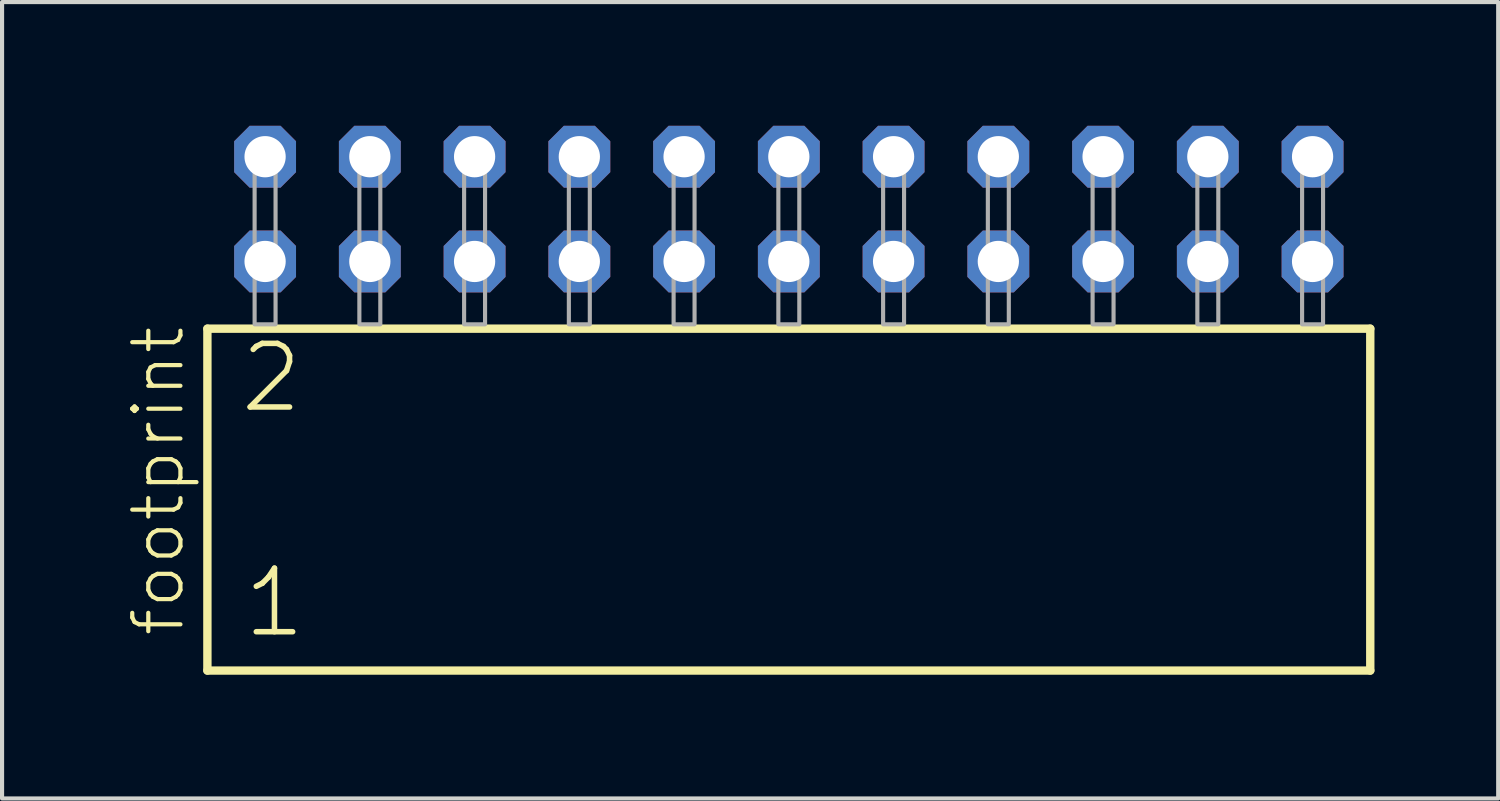
<source format=kicad_pcb>
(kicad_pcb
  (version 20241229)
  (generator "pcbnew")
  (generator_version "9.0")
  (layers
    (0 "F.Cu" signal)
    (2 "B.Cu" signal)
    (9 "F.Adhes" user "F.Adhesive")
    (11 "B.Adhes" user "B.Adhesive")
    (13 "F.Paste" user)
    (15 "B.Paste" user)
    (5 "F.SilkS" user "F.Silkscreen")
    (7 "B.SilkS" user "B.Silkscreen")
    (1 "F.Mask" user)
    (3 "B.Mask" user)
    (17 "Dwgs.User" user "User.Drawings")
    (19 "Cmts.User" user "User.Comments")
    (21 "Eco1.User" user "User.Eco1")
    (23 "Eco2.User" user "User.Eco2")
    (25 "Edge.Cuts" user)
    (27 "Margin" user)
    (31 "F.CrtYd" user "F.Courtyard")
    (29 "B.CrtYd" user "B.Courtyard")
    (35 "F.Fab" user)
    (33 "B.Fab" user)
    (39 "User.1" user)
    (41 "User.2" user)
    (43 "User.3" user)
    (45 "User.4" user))
  (footprint "footprint"
    (layer "F.Cu")
    (at 16.078 4.814)
    (property "Reference" "footprint" (at -14.605 7.62 90) (layer "F.SilkS") (effects (font (size 1.168 1.168) (thickness 0.102)) (justify left bottom)))
    (fp_line (start -14.099 0.106) (end -14.099 8.396) (stroke (width 0.203) (type solid)) (layer "F.SilkS"))
    (fp_line (start -14.099 8.396) (end 14.099 8.396) (stroke (width 0.203) (type solid)) (layer "F.SilkS"))
    (fp_line (start 14.099 0.106) (end -14.099 0.106) (stroke (width 0.203) (type solid)) (layer "F.SilkS"))
    (fp_line (start 14.099 8.396) (end 14.099 0.106) (stroke (width 0.203) (type solid)) (layer "F.SilkS"))
    (fp_poly (pts (xy -12.954 0) (xy -12.446 0) (xy -12.446 -4.318) (xy -12.954 -4.318)) (stroke (width 0.1) (type solid)) (fill no) (layer "F.Fab"))
    (fp_poly (pts (xy -10.414 0) (xy -9.906 0) (xy -9.906 -4.318) (xy -10.414 -4.318)) (stroke (width 0.1) (type solid)) (fill no) (layer "F.Fab"))
    (fp_poly (pts (xy -7.874 0) (xy -7.366 0) (xy -7.366 -4.318) (xy -7.874 -4.318)) (stroke (width 0.1) (type solid)) (fill no) (layer "F.Fab"))
    (fp_poly (pts (xy -5.334 0) (xy -4.826 0) (xy -4.826 -4.318) (xy -5.334 -4.318)) (stroke (width 0.1) (type solid)) (fill no) (layer "F.Fab"))
    (fp_poly (pts (xy -2.794 0) (xy -2.286 0) (xy -2.286 -4.318) (xy -2.794 -4.318)) (stroke (width 0.1) (type solid)) (fill no) (layer "F.Fab"))
    (fp_poly (pts (xy -0.254 0) (xy 0.254 0) (xy 0.254 -4.318) (xy -0.254 -4.318)) (stroke (width 0.1) (type solid)) (fill no) (layer "F.Fab"))
    (fp_poly (pts (xy 2.286 0) (xy 2.794 0) (xy 2.794 -4.318) (xy 2.286 -4.318)) (stroke (width 0.1) (type solid)) (fill no) (layer "F.Fab"))
    (fp_poly (pts (xy 4.826 0) (xy 5.334 0) (xy 5.334 -4.318) (xy 4.826 -4.318)) (stroke (width 0.1) (type solid)) (fill no) (layer "F.Fab"))
    (fp_poly (pts (xy 7.366 0) (xy 7.874 0) (xy 7.874 -4.318) (xy 7.366 -4.318)) (stroke (width 0.1) (type solid)) (fill no) (layer "F.Fab"))
    (fp_poly (pts (xy 9.906 0) (xy 10.414 0) (xy 10.414 -4.318) (xy 9.906 -4.318)) (stroke (width 0.1) (type solid)) (fill no) (layer "F.Fab"))
    (fp_poly (pts (xy 12.446 0) (xy 12.954 0) (xy 12.954 -4.318) (xy 12.446 -4.318)) (stroke (width 0.1) (type solid)) (fill no) (layer "F.Fab"))
    (fp_text user "1" (at -13.295 7.65 0) (layer "F.SilkS") (effects (font (size 1.542 1.542) (thickness 0.134)) (justify left bottom)))
    (fp_text user "2" (at -13.37 2.2 0) (layer "F.SilkS") (effects (font (size 1.542 1.542) (thickness 0.134)) (justify left bottom)))
    (pad "1" thru_hole roundrect (at -12.7 -1.524) (size 1.5 1.5) (drill 1) (layers "*.Cu" "*.Mask") (roundrect_rratio 0.25) (chamfer_ratio 0.25) (chamfer top_left top_right bottom_left bottom_right))
    (pad "2" thru_hole roundrect (at -12.7 -4.064) (size 1.5 1.5) (drill 1) (layers "*.Cu" "*.Mask") (roundrect_rratio 0.25) (chamfer_ratio 0.25) (chamfer top_left top_right bottom_left bottom_right))
    (pad "3" thru_hole roundrect (at -10.16 -1.524) (size 1.5 1.5) (drill 1) (layers "*.Cu" "*.Mask") (roundrect_rratio 0.25) (chamfer_ratio 0.25) (chamfer top_left top_right bottom_left bottom_right))
    (pad "4" thru_hole roundrect (at -10.16 -4.064) (size 1.5 1.5) (drill 1) (layers "*.Cu" "*.Mask") (roundrect_rratio 0.25) (chamfer_ratio 0.25) (chamfer top_left top_right bottom_left bottom_right))
    (pad "5" thru_hole roundrect (at -7.62 -1.524) (size 1.5 1.5) (drill 1) (layers "*.Cu" "*.Mask") (roundrect_rratio 0.25) (chamfer_ratio 0.25) (chamfer top_left top_right bottom_left bottom_right))
    (pad "6" thru_hole roundrect (at -7.62 -4.064) (size 1.5 1.5) (drill 1) (layers "*.Cu" "*.Mask") (roundrect_rratio 0.25) (chamfer_ratio 0.25) (chamfer top_left top_right bottom_left bottom_right))
    (pad "7" thru_hole roundrect (at -5.08 -1.524) (size 1.5 1.5) (drill 1) (layers "*.Cu" "*.Mask") (roundrect_rratio 0.25) (chamfer_ratio 0.25) (chamfer top_left top_right bottom_left bottom_right))
    (pad "8" thru_hole roundrect (at -5.08 -4.064) (size 1.5 1.5) (drill 1) (layers "*.Cu" "*.Mask") (roundrect_rratio 0.25) (chamfer_ratio 0.25) (chamfer top_left top_right bottom_left bottom_right))
    (pad "9" thru_hole roundrect (at -2.54 -1.524) (size 1.5 1.5) (drill 1) (layers "*.Cu" "*.Mask") (roundrect_rratio 0.25) (chamfer_ratio 0.25) (chamfer top_left top_right bottom_left bottom_right))
    (pad "10" thru_hole roundrect (at -2.54 -4.064) (size 1.5 1.5) (drill 1) (layers "*.Cu" "*.Mask") (roundrect_rratio 0.25) (chamfer_ratio 0.25) (chamfer top_left top_right bottom_left bottom_right))
    (pad "11" thru_hole roundrect (at 0 -1.524) (size 1.5 1.5) (drill 1) (layers "*.Cu" "*.Mask") (roundrect_rratio 0.25) (chamfer_ratio 0.25) (chamfer top_left top_right bottom_left bottom_right))
    (pad "12" thru_hole roundrect (at 0 -4.064) (size 1.5 1.5) (drill 1) (layers "*.Cu" "*.Mask") (roundrect_rratio 0.25) (chamfer_ratio 0.25) (chamfer top_left top_right bottom_left bottom_right))
    (pad "13" thru_hole roundrect (at 2.54 -1.524) (size 1.5 1.5) (drill 1) (layers "*.Cu" "*.Mask") (roundrect_rratio 0.25) (chamfer_ratio 0.25) (chamfer top_left top_right bottom_left bottom_right))
    (pad "14" thru_hole roundrect (at 2.54 -4.064) (size 1.5 1.5) (drill 1) (layers "*.Cu" "*.Mask") (roundrect_rratio 0.25) (chamfer_ratio 0.25) (chamfer top_left top_right bottom_left bottom_right))
    (pad "15" thru_hole roundrect (at 5.08 -1.524) (size 1.5 1.5) (drill 1) (layers "*.Cu" "*.Mask") (roundrect_rratio 0.25) (chamfer_ratio 0.25) (chamfer top_left top_right bottom_left bottom_right))
    (pad "16" thru_hole roundrect (at 5.08 -4.064) (size 1.5 1.5) (drill 1) (layers "*.Cu" "*.Mask") (roundrect_rratio 0.25) (chamfer_ratio 0.25) (chamfer top_left top_right bottom_left bottom_right))
    (pad "17" thru_hole roundrect (at 7.62 -1.524) (size 1.5 1.5) (drill 1) (layers "*.Cu" "*.Mask") (roundrect_rratio 0.25) (chamfer_ratio 0.25) (chamfer top_left top_right bottom_left bottom_right))
    (pad "18" thru_hole roundrect (at 7.62 -4.064) (size 1.5 1.5) (drill 1) (layers "*.Cu" "*.Mask") (roundrect_rratio 0.25) (chamfer_ratio 0.25) (chamfer top_left top_right bottom_left bottom_right))
    (pad "19" thru_hole roundrect (at 10.16 -1.524) (size 1.5 1.5) (drill 1) (layers "*.Cu" "*.Mask") (roundrect_rratio 0.25) (chamfer_ratio 0.25) (chamfer top_left top_right bottom_left bottom_right))
    (pad "20" thru_hole roundrect (at 10.16 -4.064) (size 1.5 1.5) (drill 1) (layers "*.Cu" "*.Mask") (roundrect_rratio 0.25) (chamfer_ratio 0.25) (chamfer top_left top_right bottom_left bottom_right))
    (pad "21" thru_hole roundrect (at 12.7 -1.524) (size 1.5 1.5) (drill 1) (layers "*.Cu" "*.Mask") (roundrect_rratio 0.25) (chamfer_ratio 0.25) (chamfer top_left top_right bottom_left bottom_right))
    (pad "22" thru_hole roundrect (at 12.7 -4.064) (size 1.5 1.5) (drill 1) (layers "*.Cu" "*.Mask") (roundrect_rratio 0.25) (chamfer_ratio 0.25) (chamfer top_left top_right bottom_left bottom_right)))
  (gr_rect
    (start -3 -3)
    (end 33.279 16.312)
    (stroke (width 0.1) (type default))
    (fill no)
    (layer "Edge.Cuts")))
</source>
